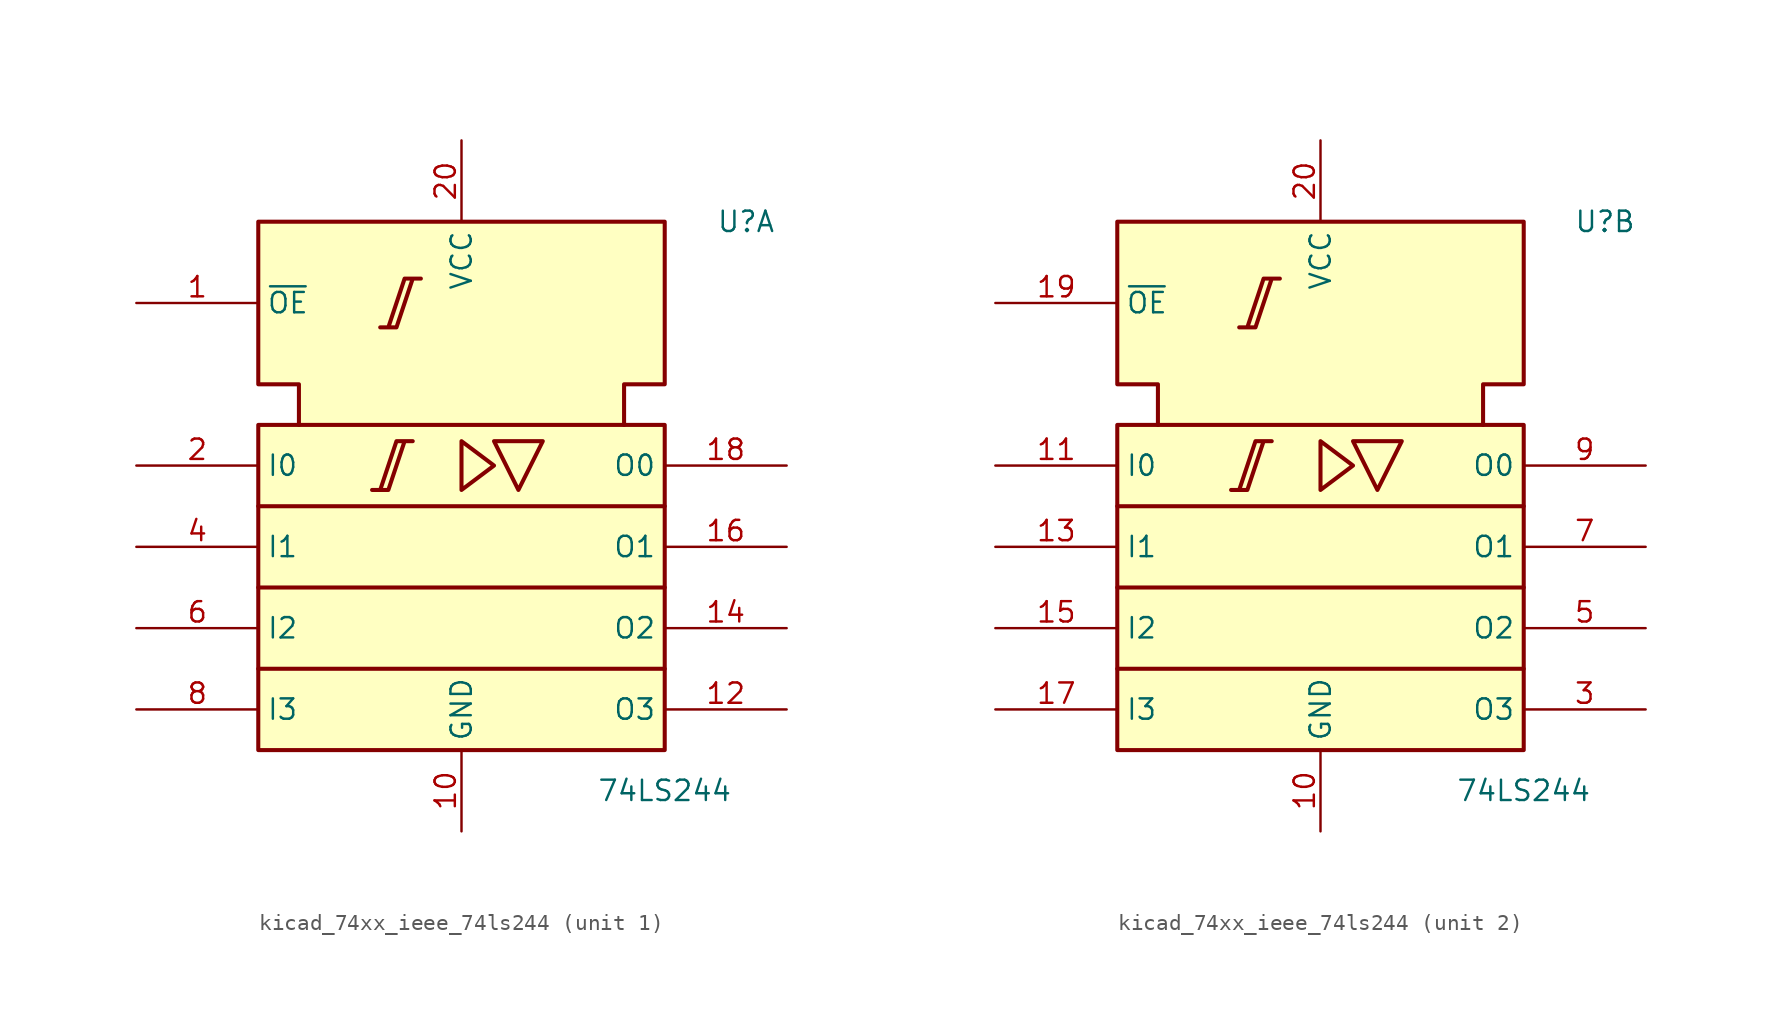
<source format=kicad_sym>
(kicad_symbol_lib
  (version 20220914)
  (generator kicad_symbol_editor)
  (symbol "kicad_74xx_ieee_74ls244"
    (property "Reference" "U"
      (at 17.78 20.32 0)
      (effects (font (size 1.27 1.27))))
    (property "Value" "74LS244"
      (at 12.7 -15.24 0)
      (effects (font (size 1.27 1.27))))
    (symbol "kicad_74xx_ieee_74ls244_0_0"
      (polyline (pts (xy 2.032 6.604) (xy 5.08 6.604) (xy 3.556 3.556) (xy 2.032 6.604) (xy 2.032 6.604)) (stroke (width 0.254) (type default)) (fill (type background)))
      (pin power_in line (at 0 -17.78 90) (length 5.08) (name "GND" (effects (font (size 1.27 1.27)))) (number "10" (effects (font (size 1.27 1.27)))))
      (pin power_in line (at 0 25.4 270) (length 5.08) (name "VCC" (effects (font (size 1.27 1.27)))) (number "20" (effects (font (size 1.27 1.27))))))
    (symbol "kicad_74xx_ieee_74ls244_0_1"
      (rectangle (start -12.7 7.62) (end 12.7 -12.7) (stroke (width 0.254) (type default)) (fill (type background)))
      (polyline (pts (xy -12.7 -2.54) (xy 12.7 -2.54) (xy 12.7 -2.54)) (stroke (width 0.254) (type default)) (fill (type background)))
      (polyline (pts (xy 12.7 -7.62) (xy -12.7 -7.62) (xy -12.7 -7.62)) (stroke (width 0.254) (type default)) (fill (type background)))
      (polyline (pts (xy 12.7 2.54) (xy -12.7 2.54) (xy -12.7 2.54)) (stroke (width 0.254) (type default)) (fill (type background)))
      (polyline (pts (xy 0 6.604) (xy 0 3.556) (xy 2.032 5.08) (xy 0 6.604) (xy 0 6.604)) (stroke (width 0.254) (type default)) (fill (type background)))
      (polyline (pts (xy -5.588 3.556) (xy -4.572 3.556) (xy -3.556 6.604) (xy -3.048 6.604) (xy -4.064 6.604) (xy -5.08 3.556) (xy -5.08 3.556)) (stroke (width 0.254) (type default)) (fill (type background)))
      (polyline (pts (xy -5.08 13.716) (xy -4.064 13.716) (xy -3.048 16.764) (xy -2.54 16.764) (xy -3.556 16.764) (xy -4.572 13.716) (xy -4.572 13.716)) (stroke (width 0.254) (type default)) (fill (type background)))
      (polyline (pts (xy -10.16 7.62) (xy -10.16 10.16) (xy -12.7 10.16) (xy -12.7 20.32) (xy 12.7 20.32) (xy 12.7 10.16) (xy 10.16 10.16) (xy 10.16 7.62) (xy 10.16 7.62)) (stroke (width 0.254) (type default)) (fill (type background))))
    (symbol "kicad_74xx_ieee_74ls244_1_1"
      (pin input line (at -20.32 15.24 0) (length 7.62) (name "~{OE}" (effects (font (size 1.27 1.27)))) (number "1" (effects (font (size 1.27 1.27)))))
      (pin tri_state line (at 20.32 -10.16 180) (length 7.62) (name "O3" (effects (font (size 1.27 1.27)))) (number "12" (effects (font (size 1.27 1.27)))))
      (pin tri_state line (at 20.32 -5.08 180) (length 7.62) (name "O2" (effects (font (size 1.27 1.27)))) (number "14" (effects (font (size 1.27 1.27)))))
      (pin tri_state line (at 20.32 0 180) (length 7.62) (name "O1" (effects (font (size 1.27 1.27)))) (number "16" (effects (font (size 1.27 1.27)))))
      (pin tri_state line (at 20.32 5.08 180) (length 7.62) (name "O0" (effects (font (size 1.27 1.27)))) (number "18" (effects (font (size 1.27 1.27)))))
      (pin input line (at -20.32 5.08 0) (length 7.62) (name "I0" (effects (font (size 1.27 1.27)))) (number "2" (effects (font (size 1.27 1.27)))))
      (pin input line (at -20.32 0 0) (length 7.62) (name "I1" (effects (font (size 1.27 1.27)))) (number "4" (effects (font (size 1.27 1.27)))))
      (pin input line (at -20.32 -5.08 0) (length 7.62) (name "I2" (effects (font (size 1.27 1.27)))) (number "6" (effects (font (size 1.27 1.27)))))
      (pin input line (at -20.32 -10.16 0) (length 7.62) (name "I3" (effects (font (size 1.27 1.27)))) (number "8" (effects (font (size 1.27 1.27))))))
    (symbol "kicad_74xx_ieee_74ls244_2_1"
      (pin input line (at -20.32 5.08 0) (length 7.62) (name "I0" (effects (font (size 1.27 1.27)))) (number "11" (effects (font (size 1.27 1.27)))))
      (pin input line (at -20.32 0 0) (length 7.62) (name "I1" (effects (font (size 1.27 1.27)))) (number "13" (effects (font (size 1.27 1.27)))))
      (pin input line (at -20.32 -5.08 0) (length 7.62) (name "I2" (effects (font (size 1.27 1.27)))) (number "15" (effects (font (size 1.27 1.27)))))
      (pin input line (at -20.32 -10.16 0) (length 7.62) (name "I3" (effects (font (size 1.27 1.27)))) (number "17" (effects (font (size 1.27 1.27)))))
      (pin input line (at -20.32 15.24 0) (length 7.62) (name "~{OE}" (effects (font (size 1.27 1.27)))) (number "19" (effects (font (size 1.27 1.27)))))
      (pin tri_state line (at 20.32 -10.16 180) (length 7.62) (name "O3" (effects (font (size 1.27 1.27)))) (number "3" (effects (font (size 1.27 1.27)))))
      (pin tri_state line (at 20.32 -5.08 180) (length 7.62) (name "O2" (effects (font (size 1.27 1.27)))) (number "5" (effects (font (size 1.27 1.27)))))
      (pin tri_state line (at 20.32 0 180) (length 7.62) (name "O1" (effects (font (size 1.27 1.27)))) (number "7" (effects (font (size 1.27 1.27)))))
      (pin tri_state line (at 20.32 5.08 180) (length 7.62) (name "O0" (effects (font (size 1.27 1.27)))) (number "9" (effects (font (size 1.27 1.27))))))))
</source>
